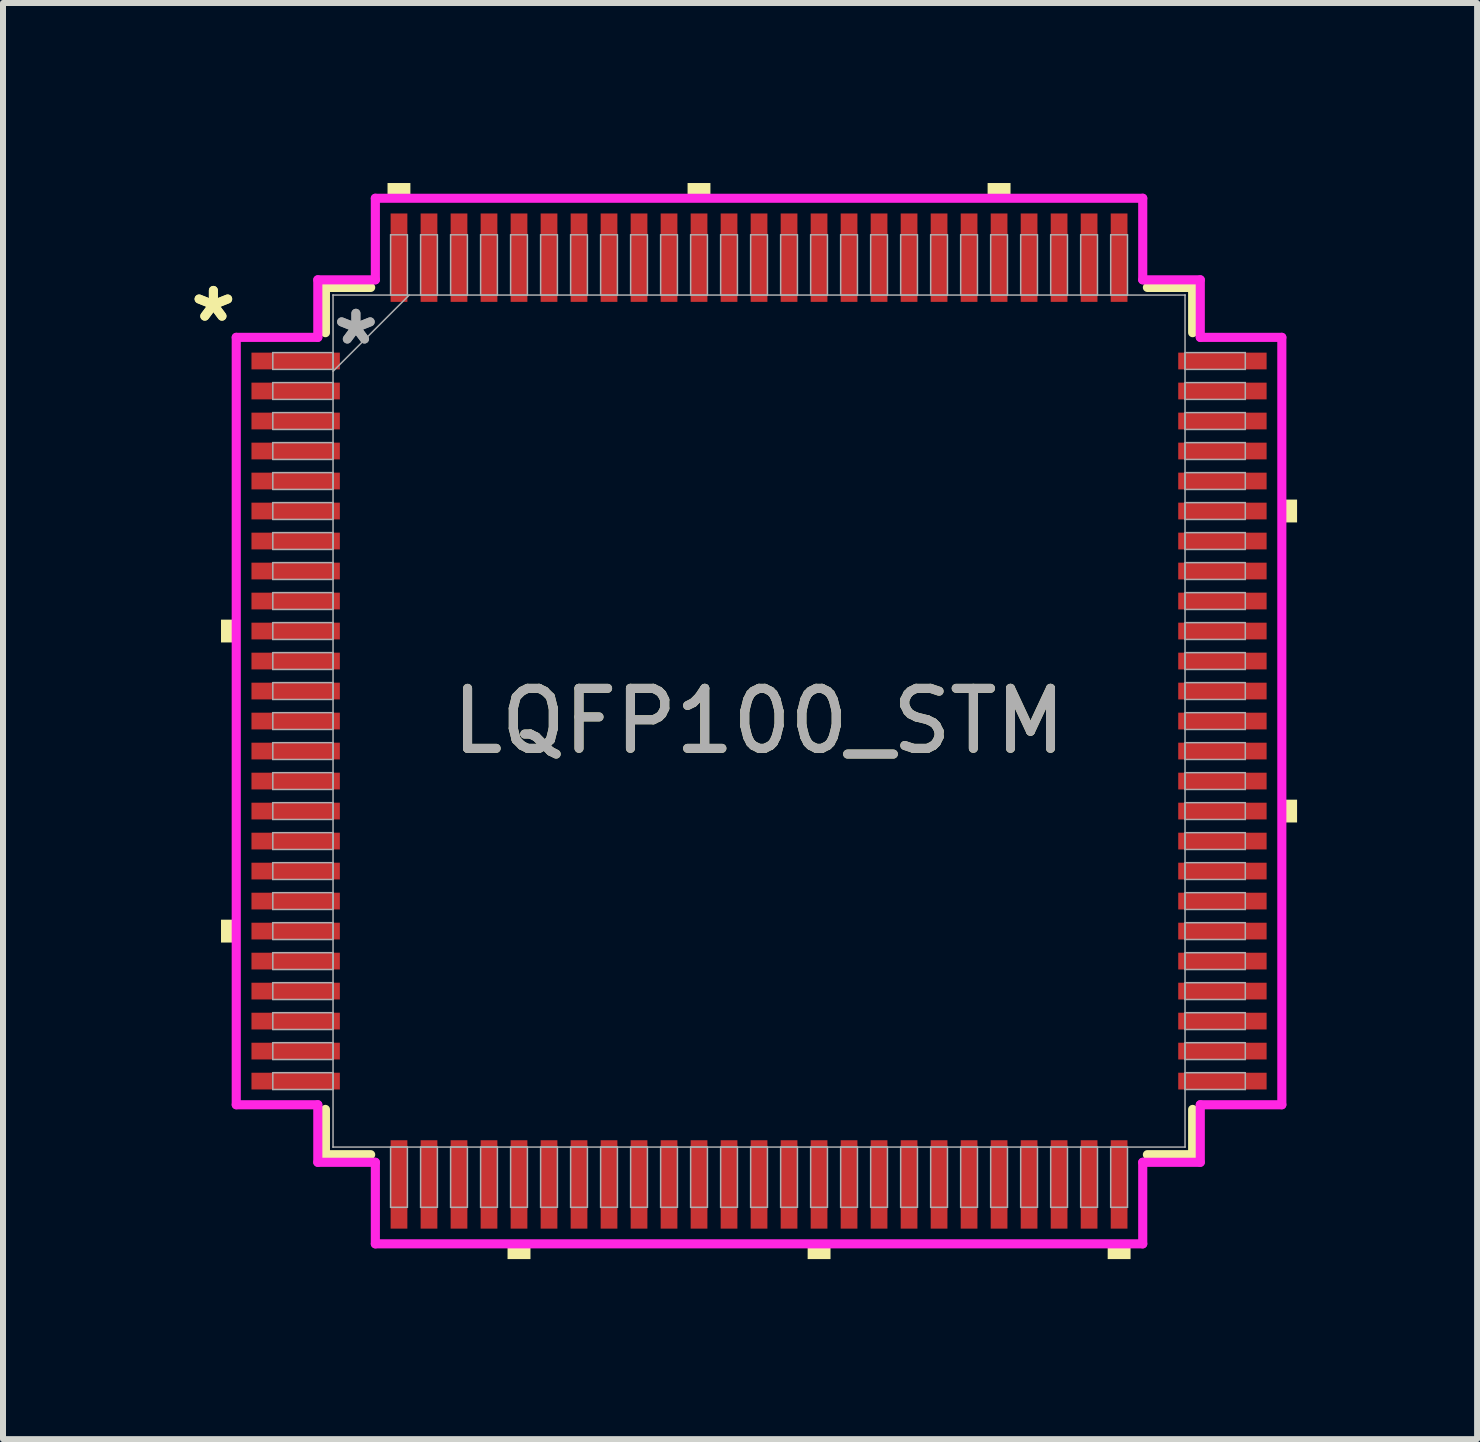
<source format=kicad_pcb>
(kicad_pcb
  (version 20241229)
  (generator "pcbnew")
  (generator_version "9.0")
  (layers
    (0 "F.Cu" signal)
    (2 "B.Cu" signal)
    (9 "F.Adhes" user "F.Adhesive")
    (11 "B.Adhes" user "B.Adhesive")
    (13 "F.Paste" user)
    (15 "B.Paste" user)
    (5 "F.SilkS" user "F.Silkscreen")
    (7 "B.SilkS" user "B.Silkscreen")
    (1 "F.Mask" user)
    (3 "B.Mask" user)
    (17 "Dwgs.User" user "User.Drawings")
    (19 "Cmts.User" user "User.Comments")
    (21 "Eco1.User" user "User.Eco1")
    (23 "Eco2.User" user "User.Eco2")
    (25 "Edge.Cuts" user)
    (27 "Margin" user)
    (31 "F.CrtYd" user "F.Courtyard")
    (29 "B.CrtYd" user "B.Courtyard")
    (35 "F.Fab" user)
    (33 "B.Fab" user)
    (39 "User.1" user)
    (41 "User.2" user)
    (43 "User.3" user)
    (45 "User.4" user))
  (footprint "LQFP100_STM"
    (layer "F.Cu")
    (at 9.599 8.966)
    (property "Reference" "LQFP100_STM" (at 0 0 0) (unlocked yes) (layer "F.SilkS") (effects (font (size 1 1) (thickness 0.15))))
    (attr smd)
    (fp_line (start -7.226 -7.226) (end -7.226 -6.472) (stroke (width 0.152) (type solid)) (layer "F.SilkS"))
    (fp_line (start -7.226 6.472) (end -7.226 7.226) (stroke (width 0.152) (type solid)) (layer "F.SilkS"))
    (fp_line (start -7.226 7.226) (end -6.472 7.226) (stroke (width 0.152) (type solid)) (layer "F.SilkS"))
    (fp_line (start -6.472 -7.226) (end -7.226 -7.226) (stroke (width 0.152) (type solid)) (layer "F.SilkS"))
    (fp_line (start 6.472 7.226) (end 7.226 7.226) (stroke (width 0.152) (type solid)) (layer "F.SilkS"))
    (fp_line (start 7.226 -7.226) (end 6.472 -7.226) (stroke (width 0.152) (type solid)) (layer "F.SilkS"))
    (fp_line (start 7.226 -6.472) (end 7.226 -7.226) (stroke (width 0.152) (type solid)) (layer "F.SilkS"))
    (fp_line (start 7.226 7.226) (end 7.226 6.472) (stroke (width 0.152) (type solid)) (layer "F.SilkS"))
    (fp_poly (pts (xy -8.966 -1.69) (xy -8.966 -1.31) (xy -8.712 -1.31) (xy -8.712 -1.69)) (stroke (width 0) (type solid)) (fill yes) (layer "F.SilkS"))
    (fp_poly (pts (xy -8.966 3.31) (xy -8.966 3.691) (xy -8.712 3.691) (xy -8.712 3.31)) (stroke (width 0) (type solid)) (fill yes) (layer "F.SilkS"))
    (fp_poly (pts (xy -6.191 -8.712) (xy -6.191 -8.966) (xy -5.81 -8.966) (xy -5.81 -8.712)) (stroke (width 0) (type solid)) (fill yes) (layer "F.SilkS"))
    (fp_poly (pts (xy -4.191 8.712) (xy -4.191 8.966) (xy -3.809 8.966) (xy -3.809 8.712)) (stroke (width 0) (type solid)) (fill yes) (layer "F.SilkS"))
    (fp_poly (pts (xy -1.191 -8.712) (xy -1.191 -8.966) (xy -0.81 -8.966) (xy -0.81 -8.712)) (stroke (width 0) (type solid)) (fill yes) (layer "F.SilkS"))
    (fp_poly (pts (xy 0.81 8.712) (xy 0.81 8.966) (xy 1.191 8.966) (xy 1.191 8.712)) (stroke (width 0) (type solid)) (fill yes) (layer "F.SilkS"))
    (fp_poly (pts (xy 3.809 -8.712) (xy 3.809 -8.966) (xy 4.191 -8.966) (xy 4.191 -8.712)) (stroke (width 0) (type solid)) (fill yes) (layer "F.SilkS"))
    (fp_poly (pts (xy 5.81 8.712) (xy 5.81 8.966) (xy 6.191 8.966) (xy 6.191 8.712)) (stroke (width 0) (type solid)) (fill yes) (layer "F.SilkS"))
    (fp_poly (pts (xy 8.966 -3.691) (xy 8.966 -3.31) (xy 8.712 -3.31) (xy 8.712 -3.691)) (stroke (width 0) (type solid)) (fill yes) (layer "F.SilkS"))
    (fp_poly (pts (xy 8.966 1.31) (xy 8.966 1.69) (xy 8.712 1.69) (xy 8.712 1.31)) (stroke (width 0) (type solid)) (fill yes) (layer "F.SilkS"))
    (fp_line (start -8.712 -6.394) (end -7.353 -6.394) (stroke (width 0.152) (type solid)) (layer "F.CrtYd"))
    (fp_line (start -8.712 6.394) (end -8.712 -6.394) (stroke (width 0.152) (type solid)) (layer "F.CrtYd"))
    (fp_line (start -7.353 -7.353) (end -6.394 -7.353) (stroke (width 0.152) (type solid)) (layer "F.CrtYd"))
    (fp_line (start -7.353 -6.394) (end -7.353 -7.353) (stroke (width 0.152) (type solid)) (layer "F.CrtYd"))
    (fp_line (start -7.353 6.394) (end -8.712 6.394) (stroke (width 0.152) (type solid)) (layer "F.CrtYd"))
    (fp_line (start -7.353 7.353) (end -7.353 6.394) (stroke (width 0.152) (type solid)) (layer "F.CrtYd"))
    (fp_line (start -7.353 7.353) (end -6.394 7.353) (stroke (width 0.152) (type solid)) (layer "F.CrtYd"))
    (fp_line (start -6.394 -8.712) (end 6.394 -8.712) (stroke (width 0.152) (type solid)) (layer "F.CrtYd"))
    (fp_line (start -6.394 -7.353) (end -6.394 -8.712) (stroke (width 0.152) (type solid)) (layer "F.CrtYd"))
    (fp_line (start -6.394 7.353) (end -6.394 8.712) (stroke (width 0.152) (type solid)) (layer "F.CrtYd"))
    (fp_line (start -6.394 8.712) (end 6.394 8.712) (stroke (width 0.152) (type solid)) (layer "F.CrtYd"))
    (fp_line (start 6.394 -8.712) (end 6.394 -7.353) (stroke (width 0.152) (type solid)) (layer "F.CrtYd"))
    (fp_line (start 6.394 -7.353) (end 7.353 -7.353) (stroke (width 0.152) (type solid)) (layer "F.CrtYd"))
    (fp_line (start 6.394 7.353) (end 7.353 7.353) (stroke (width 0.152) (type solid)) (layer "F.CrtYd"))
    (fp_line (start 6.394 8.712) (end 6.394 7.353) (stroke (width 0.152) (type solid)) (layer "F.CrtYd"))
    (fp_line (start 7.353 -6.394) (end 7.353 -7.353) (stroke (width 0.152) (type solid)) (layer "F.CrtYd"))
    (fp_line (start 7.353 6.394) (end 8.712 6.394) (stroke (width 0.152) (type solid)) (layer "F.CrtYd"))
    (fp_line (start 7.353 7.353) (end 7.353 6.394) (stroke (width 0.152) (type solid)) (layer "F.CrtYd"))
    (fp_line (start 8.712 -6.394) (end 7.353 -6.394) (stroke (width 0.152) (type solid)) (layer "F.CrtYd"))
    (fp_line (start 8.712 6.394) (end 8.712 -6.394) (stroke (width 0.152) (type solid)) (layer "F.CrtYd"))
    (fp_line (start -8.103 -6.14) (end -8.103 -5.86) (stroke (width 0.025) (type solid)) (layer "F.Fab"))
    (fp_line (start -8.103 -5.86) (end -7.099 -5.86) (stroke (width 0.025) (type solid)) (layer "F.Fab"))
    (fp_line (start -8.103 -5.64) (end -8.103 -5.36) (stroke (width 0.025) (type solid)) (layer "F.Fab"))
    (fp_line (start -8.103 -5.36) (end -7.099 -5.36) (stroke (width 0.025) (type solid)) (layer "F.Fab"))
    (fp_line (start -8.103 -5.14) (end -8.103 -4.86) (stroke (width 0.025) (type solid)) (layer "F.Fab"))
    (fp_line (start -8.103 -4.86) (end -7.099 -4.86) (stroke (width 0.025) (type solid)) (layer "F.Fab"))
    (fp_line (start -8.103 -4.64) (end -8.103 -4.36) (stroke (width 0.025) (type solid)) (layer "F.Fab"))
    (fp_line (start -8.103 -4.36) (end -7.099 -4.36) (stroke (width 0.025) (type solid)) (layer "F.Fab"))
    (fp_line (start -8.103 -4.14) (end -8.103 -3.86) (stroke (width 0.025) (type solid)) (layer "F.Fab"))
    (fp_line (start -8.103 -3.86) (end -7.099 -3.86) (stroke (width 0.025) (type solid)) (layer "F.Fab"))
    (fp_line (start -8.103 -3.64) (end -8.103 -3.36) (stroke (width 0.025) (type solid)) (layer "F.Fab"))
    (fp_line (start -8.103 -3.36) (end -7.099 -3.36) (stroke (width 0.025) (type solid)) (layer "F.Fab"))
    (fp_line (start -8.103 -3.14) (end -8.103 -2.86) (stroke (width 0.025) (type solid)) (layer "F.Fab"))
    (fp_line (start -8.103 -2.86) (end -7.099 -2.86) (stroke (width 0.025) (type solid)) (layer "F.Fab"))
    (fp_line (start -8.103 -2.64) (end -8.103 -2.36) (stroke (width 0.025) (type solid)) (layer "F.Fab"))
    (fp_line (start -8.103 -2.36) (end -7.099 -2.36) (stroke (width 0.025) (type solid)) (layer "F.Fab"))
    (fp_line (start -8.103 -2.14) (end -8.103 -1.86) (stroke (width 0.025) (type solid)) (layer "F.Fab"))
    (fp_line (start -8.103 -1.86) (end -7.099 -1.86) (stroke (width 0.025) (type solid)) (layer "F.Fab"))
    (fp_line (start -8.103 -1.64) (end -8.103 -1.36) (stroke (width 0.025) (type solid)) (layer "F.Fab"))
    (fp_line (start -8.103 -1.36) (end -7.099 -1.36) (stroke (width 0.025) (type solid)) (layer "F.Fab"))
    (fp_line (start -8.103 -1.14) (end -8.103 -0.86) (stroke (width 0.025) (type solid)) (layer "F.Fab"))
    (fp_line (start -8.103 -0.86) (end -7.099 -0.86) (stroke (width 0.025) (type solid)) (layer "F.Fab"))
    (fp_line (start -8.103 -0.64) (end -8.103 -0.36) (stroke (width 0.025) (type solid)) (layer "F.Fab"))
    (fp_line (start -8.103 -0.36) (end -7.099 -0.36) (stroke (width 0.025) (type solid)) (layer "F.Fab"))
    (fp_line (start -8.103 -0.14) (end -8.103 0.14) (stroke (width 0.025) (type solid)) (layer "F.Fab"))
    (fp_line (start -8.103 0.14) (end -7.099 0.14) (stroke (width 0.025) (type solid)) (layer "F.Fab"))
    (fp_line (start -8.103 0.36) (end -8.103 0.64) (stroke (width 0.025) (type solid)) (layer "F.Fab"))
    (fp_line (start -8.103 0.64) (end -7.099 0.64) (stroke (width 0.025) (type solid)) (layer "F.Fab"))
    (fp_line (start -8.103 0.86) (end -8.103 1.14) (stroke (width 0.025) (type solid)) (layer "F.Fab"))
    (fp_line (start -8.103 1.14) (end -7.099 1.14) (stroke (width 0.025) (type solid)) (layer "F.Fab"))
    (fp_line (start -8.103 1.36) (end -8.103 1.64) (stroke (width 0.025) (type solid)) (layer "F.Fab"))
    (fp_line (start -8.103 1.64) (end -7.099 1.64) (stroke (width 0.025) (type solid)) (layer "F.Fab"))
    (fp_line (start -8.103 1.86) (end -8.103 2.14) (stroke (width 0.025) (type solid)) (layer "F.Fab"))
    (fp_line (start -8.103 2.14) (end -7.099 2.14) (stroke (width 0.025) (type solid)) (layer "F.Fab"))
    (fp_line (start -8.103 2.36) (end -8.103 2.64) (stroke (width 0.025) (type solid)) (layer "F.Fab"))
    (fp_line (start -8.103 2.64) (end -7.099 2.64) (stroke (width 0.025) (type solid)) (layer "F.Fab"))
    (fp_line (start -8.103 2.86) (end -8.103 3.14) (stroke (width 0.025) (type solid)) (layer "F.Fab"))
    (fp_line (start -8.103 3.14) (end -7.099 3.14) (stroke (width 0.025) (type solid)) (layer "F.Fab"))
    (fp_line (start -8.103 3.36) (end -8.103 3.64) (stroke (width 0.025) (type solid)) (layer "F.Fab"))
    (fp_line (start -8.103 3.64) (end -7.099 3.64) (stroke (width 0.025) (type solid)) (layer "F.Fab"))
    (fp_line (start -8.103 3.86) (end -8.103 4.14) (stroke (width 0.025) (type solid)) (layer "F.Fab"))
    (fp_line (start -8.103 4.14) (end -7.099 4.14) (stroke (width 0.025) (type solid)) (layer "F.Fab"))
    (fp_line (start -8.103 4.36) (end -8.103 4.64) (stroke (width 0.025) (type solid)) (layer "F.Fab"))
    (fp_line (start -8.103 4.64) (end -7.099 4.64) (stroke (width 0.025) (type solid)) (layer "F.Fab"))
    (fp_line (start -8.103 4.86) (end -8.103 5.14) (stroke (width 0.025) (type solid)) (layer "F.Fab"))
    (fp_line (start -8.103 5.14) (end -7.099 5.14) (stroke (width 0.025) (type solid)) (layer "F.Fab"))
    (fp_line (start -8.103 5.36) (end -8.103 5.64) (stroke (width 0.025) (type solid)) (layer "F.Fab"))
    (fp_line (start -8.103 5.64) (end -7.099 5.64) (stroke (width 0.025) (type solid)) (layer "F.Fab"))
    (fp_line (start -8.103 5.86) (end -8.103 6.14) (stroke (width 0.025) (type solid)) (layer "F.Fab"))
    (fp_line (start -8.103 6.14) (end -7.099 6.14) (stroke (width 0.025) (type solid)) (layer "F.Fab"))
    (fp_line (start -7.099 -7.099) (end -7.099 -7.099) (stroke (width 0.025) (type solid)) (layer "F.Fab"))
    (fp_line (start -7.099 -7.099) (end -7.099 7.099) (stroke (width 0.025) (type solid)) (layer "F.Fab"))
    (fp_line (start -7.099 -6.14) (end -8.103 -6.14) (stroke (width 0.025) (type solid)) (layer "F.Fab"))
    (fp_line (start -7.099 -5.86) (end -7.099 -6.14) (stroke (width 0.025) (type solid)) (layer "F.Fab"))
    (fp_line (start -7.099 -5.829) (end -5.829 -7.099) (stroke (width 0.025) (type solid)) (layer "F.Fab"))
    (fp_line (start -7.099 -5.64) (end -8.103 -5.64) (stroke (width 0.025) (type solid)) (layer "F.Fab"))
    (fp_line (start -7.099 -5.36) (end -7.099 -5.64) (stroke (width 0.025) (type solid)) (layer "F.Fab"))
    (fp_line (start -7.099 -5.14) (end -8.103 -5.14) (stroke (width 0.025) (type solid)) (layer "F.Fab"))
    (fp_line (start -7.099 -4.86) (end -7.099 -5.14) (stroke (width 0.025) (type solid)) (layer "F.Fab"))
    (fp_line (start -7.099 -4.64) (end -8.103 -4.64) (stroke (width 0.025) (type solid)) (layer "F.Fab"))
    (fp_line (start -7.099 -4.36) (end -7.099 -4.64) (stroke (width 0.025) (type solid)) (layer "F.Fab"))
    (fp_line (start -7.099 -4.14) (end -8.103 -4.14) (stroke (width 0.025) (type solid)) (layer "F.Fab"))
    (fp_line (start -7.099 -3.86) (end -7.099 -4.14) (stroke (width 0.025) (type solid)) (layer "F.Fab"))
    (fp_line (start -7.099 -3.64) (end -8.103 -3.64) (stroke (width 0.025) (type solid)) (layer "F.Fab"))
    (fp_line (start -7.099 -3.36) (end -7.099 -3.64) (stroke (width 0.025) (type solid)) (layer "F.Fab"))
    (fp_line (start -7.099 -3.14) (end -8.103 -3.14) (stroke (width 0.025) (type solid)) (layer "F.Fab"))
    (fp_line (start -7.099 -2.86) (end -7.099 -3.14) (stroke (width 0.025) (type solid)) (layer "F.Fab"))
    (fp_line (start -7.099 -2.64) (end -8.103 -2.64) (stroke (width 0.025) (type solid)) (layer "F.Fab"))
    (fp_line (start -7.099 -2.36) (end -7.099 -2.64) (stroke (width 0.025) (type solid)) (layer "F.Fab"))
    (fp_line (start -7.099 -2.14) (end -8.103 -2.14) (stroke (width 0.025) (type solid)) (layer "F.Fab"))
    (fp_line (start -7.099 -1.86) (end -7.099 -2.14) (stroke (width 0.025) (type solid)) (layer "F.Fab"))
    (fp_line (start -7.099 -1.64) (end -8.103 -1.64) (stroke (width 0.025) (type solid)) (layer "F.Fab"))
    (fp_line (start -7.099 -1.36) (end -7.099 -1.64) (stroke (width 0.025) (type solid)) (layer "F.Fab"))
    (fp_line (start -7.099 -1.14) (end -8.103 -1.14) (stroke (width 0.025) (type solid)) (layer "F.Fab"))
    (fp_line (start -7.099 -0.86) (end -7.099 -1.14) (stroke (width 0.025) (type solid)) (layer "F.Fab"))
    (fp_line (start -7.099 -0.64) (end -8.103 -0.64) (stroke (width 0.025) (type solid)) (layer "F.Fab"))
    (fp_line (start -7.099 -0.36) (end -7.099 -0.64) (stroke (width 0.025) (type solid)) (layer "F.Fab"))
    (fp_line (start -7.099 -0.14) (end -8.103 -0.14) (stroke (width 0.025) (type solid)) (layer "F.Fab"))
    (fp_line (start -7.099 0.14) (end -7.099 -0.14) (stroke (width 0.025) (type solid)) (layer "F.Fab"))
    (fp_line (start -7.099 0.36) (end -8.103 0.36) (stroke (width 0.025) (type solid)) (layer "F.Fab"))
    (fp_line (start -7.099 0.64) (end -7.099 0.36) (stroke (width 0.025) (type solid)) (layer "F.Fab"))
    (fp_line (start -7.099 0.86) (end -8.103 0.86) (stroke (width 0.025) (type solid)) (layer "F.Fab"))
    (fp_line (start -7.099 1.14) (end -7.099 0.86) (stroke (width 0.025) (type solid)) (layer "F.Fab"))
    (fp_line (start -7.099 1.36) (end -8.103 1.36) (stroke (width 0.025) (type solid)) (layer "F.Fab"))
    (fp_line (start -7.099 1.64) (end -7.099 1.36) (stroke (width 0.025) (type solid)) (layer "F.Fab"))
    (fp_line (start -7.099 1.86) (end -8.103 1.86) (stroke (width 0.025) (type solid)) (layer "F.Fab"))
    (fp_line (start -7.099 2.14) (end -7.099 1.86) (stroke (width 0.025) (type solid)) (layer "F.Fab"))
    (fp_line (start -7.099 2.36) (end -8.103 2.36) (stroke (width 0.025) (type solid)) (layer "F.Fab"))
    (fp_line (start -7.099 2.64) (end -7.099 2.36) (stroke (width 0.025) (type solid)) (layer "F.Fab"))
    (fp_line (start -7.099 2.86) (end -8.103 2.86) (stroke (width 0.025) (type solid)) (layer "F.Fab"))
    (fp_line (start -7.099 3.14) (end -7.099 2.86) (stroke (width 0.025) (type solid)) (layer "F.Fab"))
    (fp_line (start -7.099 3.36) (end -8.103 3.36) (stroke (width 0.025) (type solid)) (layer "F.Fab"))
    (fp_line (start -7.099 3.64) (end -7.099 3.36) (stroke (width 0.025) (type solid)) (layer "F.Fab"))
    (fp_line (start -7.099 3.86) (end -8.103 3.86) (stroke (width 0.025) (type solid)) (layer "F.Fab"))
    (fp_line (start -7.099 4.14) (end -7.099 3.86) (stroke (width 0.025) (type solid)) (layer "F.Fab"))
    (fp_line (start -7.099 4.36) (end -8.103 4.36) (stroke (width 0.025) (type solid)) (layer "F.Fab"))
    (fp_line (start -7.099 4.64) (end -7.099 4.36) (stroke (width 0.025) (type solid)) (layer "F.Fab"))
    (fp_line (start -7.099 4.86) (end -8.103 4.86) (stroke (width 0.025) (type solid)) (layer "F.Fab"))
    (fp_line (start -7.099 5.14) (end -7.099 4.86) (stroke (width 0.025) (type solid)) (layer "F.Fab"))
    (fp_line (start -7.099 5.36) (end -8.103 5.36) (stroke (width 0.025) (type solid)) (layer "F.Fab"))
    (fp_line (start -7.099 5.64) (end -7.099 5.36) (stroke (width 0.025) (type solid)) (layer "F.Fab"))
    (fp_line (start -7.099 5.86) (end -8.103 5.86) (stroke (width 0.025) (type solid)) (layer "F.Fab"))
    (fp_line (start -7.099 6.14) (end -7.099 5.86) (stroke (width 0.025) (type solid)) (layer "F.Fab"))
    (fp_line (start -7.099 7.099) (end -7.099 7.099) (stroke (width 0.025) (type solid)) (layer "F.Fab"))
    (fp_line (start -7.099 7.099) (end 7.099 7.099) (stroke (width 0.025) (type solid)) (layer "F.Fab"))
    (fp_line (start -6.14 -8.103) (end -6.14 -7.099) (stroke (width 0.025) (type solid)) (layer "F.Fab"))
    (fp_line (start -6.14 -7.099) (end -5.86 -7.099) (stroke (width 0.025) (type solid)) (layer "F.Fab"))
    (fp_line (start -6.14 7.099) (end -6.14 8.103) (stroke (width 0.025) (type solid)) (layer "F.Fab"))
    (fp_line (start -6.14 8.103) (end -5.86 8.103) (stroke (width 0.025) (type solid)) (layer "F.Fab"))
    (fp_line (start -5.86 -8.103) (end -6.14 -8.103) (stroke (width 0.025) (type solid)) (layer "F.Fab"))
    (fp_line (start -5.86 -7.099) (end -5.86 -8.103) (stroke (width 0.025) (type solid)) (layer "F.Fab"))
    (fp_line (start -5.86 7.099) (end -6.14 7.099) (stroke (width 0.025) (type solid)) (layer "F.Fab"))
    (fp_line (start -5.86 8.103) (end -5.86 7.099) (stroke (width 0.025) (type solid)) (layer "F.Fab"))
    (fp_line (start -5.64 -8.103) (end -5.64 -7.099) (stroke (width 0.025) (type solid)) (layer "F.Fab"))
    (fp_line (start -5.64 -7.099) (end -5.36 -7.099) (stroke (width 0.025) (type solid)) (layer "F.Fab"))
    (fp_line (start -5.64 7.099) (end -5.64 8.103) (stroke (width 0.025) (type solid)) (layer "F.Fab"))
    (fp_line (start -5.64 8.103) (end -5.36 8.103) (stroke (width 0.025) (type solid)) (layer "F.Fab"))
    (fp_line (start -5.36 -8.103) (end -5.64 -8.103) (stroke (width 0.025) (type solid)) (layer "F.Fab"))
    (fp_line (start -5.36 -7.099) (end -5.36 -8.103) (stroke (width 0.025) (type solid)) (layer "F.Fab"))
    (fp_line (start -5.36 7.099) (end -5.64 7.099) (stroke (width 0.025) (type solid)) (layer "F.Fab"))
    (fp_line (start -5.36 8.103) (end -5.36 7.099) (stroke (width 0.025) (type solid)) (layer "F.Fab"))
    (fp_line (start -5.14 -8.103) (end -5.14 -7.099) (stroke (width 0.025) (type solid)) (layer "F.Fab"))
    (fp_line (start -5.14 -7.099) (end -4.86 -7.099) (stroke (width 0.025) (type solid)) (layer "F.Fab"))
    (fp_line (start -5.14 7.099) (end -5.14 8.103) (stroke (width 0.025) (type solid)) (layer "F.Fab"))
    (fp_line (start -5.14 8.103) (end -4.86 8.103) (stroke (width 0.025) (type solid)) (layer "F.Fab"))
    (fp_line (start -4.86 -8.103) (end -5.14 -8.103) (stroke (width 0.025) (type solid)) (layer "F.Fab"))
    (fp_line (start -4.86 -7.099) (end -4.86 -8.103) (stroke (width 0.025) (type solid)) (layer "F.Fab"))
    (fp_line (start -4.86 7.099) (end -5.14 7.099) (stroke (width 0.025) (type solid)) (layer "F.Fab"))
    (fp_line (start -4.86 8.103) (end -4.86 7.099) (stroke (width 0.025) (type solid)) (layer "F.Fab"))
    (fp_line (start -4.64 -8.103) (end -4.64 -7.099) (stroke (width 0.025) (type solid)) (layer "F.Fab"))
    (fp_line (start -4.64 -7.099) (end -4.36 -7.099) (stroke (width 0.025) (type solid)) (layer "F.Fab"))
    (fp_line (start -4.64 7.099) (end -4.64 8.103) (stroke (width 0.025) (type solid)) (layer "F.Fab"))
    (fp_line (start -4.64 8.103) (end -4.36 8.103) (stroke (width 0.025) (type solid)) (layer "F.Fab"))
    (fp_line (start -4.36 -8.103) (end -4.64 -8.103) (stroke (width 0.025) (type solid)) (layer "F.Fab"))
    (fp_line (start -4.36 -7.099) (end -4.36 -8.103) (stroke (width 0.025) (type solid)) (layer "F.Fab"))
    (fp_line (start -4.36 7.099) (end -4.64 7.099) (stroke (width 0.025) (type solid)) (layer "F.Fab"))
    (fp_line (start -4.36 8.103) (end -4.36 7.099) (stroke (width 0.025) (type solid)) (layer "F.Fab"))
    (fp_line (start -4.14 -8.103) (end -4.14 -7.099) (stroke (width 0.025) (type solid)) (layer "F.Fab"))
    (fp_line (start -4.14 -7.099) (end -3.86 -7.099) (stroke (width 0.025) (type solid)) (layer "F.Fab"))
    (fp_line (start -4.14 7.099) (end -4.14 8.103) (stroke (width 0.025) (type solid)) (layer "F.Fab"))
    (fp_line (start -4.14 8.103) (end -3.86 8.103) (stroke (width 0.025) (type solid)) (layer "F.Fab"))
    (fp_line (start -3.86 -8.103) (end -4.14 -8.103) (stroke (width 0.025) (type solid)) (layer "F.Fab"))
    (fp_line (start -3.86 -7.099) (end -3.86 -8.103) (stroke (width 0.025) (type solid)) (layer "F.Fab"))
    (fp_line (start -3.86 7.099) (end -4.14 7.099) (stroke (width 0.025) (type solid)) (layer "F.Fab"))
    (fp_line (start -3.86 8.103) (end -3.86 7.099) (stroke (width 0.025) (type solid)) (layer "F.Fab"))
    (fp_line (start -3.64 -8.103) (end -3.64 -7.099) (stroke (width 0.025) (type solid)) (layer "F.Fab"))
    (fp_line (start -3.64 -7.099) (end -3.36 -7.099) (stroke (width 0.025) (type solid)) (layer "F.Fab"))
    (fp_line (start -3.64 7.099) (end -3.64 8.103) (stroke (width 0.025) (type solid)) (layer "F.Fab"))
    (fp_line (start -3.64 8.103) (end -3.36 8.103) (stroke (width 0.025) (type solid)) (layer "F.Fab"))
    (fp_line (start -3.36 -8.103) (end -3.64 -8.103) (stroke (width 0.025) (type solid)) (layer "F.Fab"))
    (fp_line (start -3.36 -7.099) (end -3.36 -8.103) (stroke (width 0.025) (type solid)) (layer "F.Fab"))
    (fp_line (start -3.36 7.099) (end -3.64 7.099) (stroke (width 0.025) (type solid)) (layer "F.Fab"))
    (fp_line (start -3.36 8.103) (end -3.36 7.099) (stroke (width 0.025) (type solid)) (layer "F.Fab"))
    (fp_line (start -3.14 -8.103) (end -3.14 -7.099) (stroke (width 0.025) (type solid)) (layer "F.Fab"))
    (fp_line (start -3.14 -7.099) (end -2.86 -7.099) (stroke (width 0.025) (type solid)) (layer "F.Fab"))
    (fp_line (start -3.14 7.099) (end -3.14 8.103) (stroke (width 0.025) (type solid)) (layer "F.Fab"))
    (fp_line (start -3.14 8.103) (end -2.86 8.103) (stroke (width 0.025) (type solid)) (layer "F.Fab"))
    (fp_line (start -2.86 -8.103) (end -3.14 -8.103) (stroke (width 0.025) (type solid)) (layer "F.Fab"))
    (fp_line (start -2.86 -7.099) (end -2.86 -8.103) (stroke (width 0.025) (type solid)) (layer "F.Fab"))
    (fp_line (start -2.86 7.099) (end -3.14 7.099) (stroke (width 0.025) (type solid)) (layer "F.Fab"))
    (fp_line (start -2.86 8.103) (end -2.86 7.099) (stroke (width 0.025) (type solid)) (layer "F.Fab"))
    (fp_line (start -2.64 -8.103) (end -2.64 -7.099) (stroke (width 0.025) (type solid)) (layer "F.Fab"))
    (fp_line (start -2.64 -7.099) (end -2.36 -7.099) (stroke (width 0.025) (type solid)) (layer "F.Fab"))
    (fp_line (start -2.64 7.099) (end -2.64 8.103) (stroke (width 0.025) (type solid)) (layer "F.Fab"))
    (fp_line (start -2.64 8.103) (end -2.36 8.103) (stroke (width 0.025) (type solid)) (layer "F.Fab"))
    (fp_line (start -2.36 -8.103) (end -2.64 -8.103) (stroke (width 0.025) (type solid)) (layer "F.Fab"))
    (fp_line (start -2.36 -7.099) (end -2.36 -8.103) (stroke (width 0.025) (type solid)) (layer "F.Fab"))
    (fp_line (start -2.36 7.099) (end -2.64 7.099) (stroke (width 0.025) (type solid)) (layer "F.Fab"))
    (fp_line (start -2.36 8.103) (end -2.36 7.099) (stroke (width 0.025) (type solid)) (layer "F.Fab"))
    (fp_line (start -2.14 -8.103) (end -2.14 -7.099) (stroke (width 0.025) (type solid)) (layer "F.Fab"))
    (fp_line (start -2.14 -7.099) (end -1.86 -7.099) (stroke (width 0.025) (type solid)) (layer "F.Fab"))
    (fp_line (start -2.14 7.099) (end -2.14 8.103) (stroke (width 0.025) (type solid)) (layer "F.Fab"))
    (fp_line (start -2.14 8.103) (end -1.86 8.103) (stroke (width 0.025) (type solid)) (layer "F.Fab"))
    (fp_line (start -1.86 -8.103) (end -2.14 -8.103) (stroke (width 0.025) (type solid)) (layer "F.Fab"))
    (fp_line (start -1.86 -7.099) (end -1.86 -8.103) (stroke (width 0.025) (type solid)) (layer "F.Fab"))
    (fp_line (start -1.86 7.099) (end -2.14 7.099) (stroke (width 0.025) (type solid)) (layer "F.Fab"))
    (fp_line (start -1.86 8.103) (end -1.86 7.099) (stroke (width 0.025) (type solid)) (layer "F.Fab"))
    (fp_line (start -1.64 -8.103) (end -1.64 -7.099) (stroke (width 0.025) (type solid)) (layer "F.Fab"))
    (fp_line (start -1.64 -7.099) (end -1.36 -7.099) (stroke (width 0.025) (type solid)) (layer "F.Fab"))
    (fp_line (start -1.64 7.099) (end -1.64 8.103) (stroke (width 0.025) (type solid)) (layer "F.Fab"))
    (fp_line (start -1.64 8.103) (end -1.36 8.103) (stroke (width 0.025) (type solid)) (layer "F.Fab"))
    (fp_line (start -1.36 -8.103) (end -1.64 -8.103) (stroke (width 0.025) (type solid)) (layer "F.Fab"))
    (fp_line (start -1.36 -7.099) (end -1.36 -8.103) (stroke (width 0.025) (type solid)) (layer "F.Fab"))
    (fp_line (start -1.36 7.099) (end -1.64 7.099) (stroke (width 0.025) (type solid)) (layer "F.Fab"))
    (fp_line (start -1.36 8.103) (end -1.36 7.099) (stroke (width 0.025) (type solid)) (layer "F.Fab"))
    (fp_line (start -1.14 -8.103) (end -1.14 -7.099) (stroke (width 0.025) (type solid)) (layer "F.Fab"))
    (fp_line (start -1.14 -7.099) (end -0.86 -7.099) (stroke (width 0.025) (type solid)) (layer "F.Fab"))
    (fp_line (start -1.14 7.099) (end -1.14 8.103) (stroke (width 0.025) (type solid)) (layer "F.Fab"))
    (fp_line (start -1.14 8.103) (end -0.86 8.103) (stroke (width 0.025) (type solid)) (layer "F.Fab"))
    (fp_line (start -0.86 -8.103) (end -1.14 -8.103) (stroke (width 0.025) (type solid)) (layer "F.Fab"))
    (fp_line (start -0.86 -7.099) (end -0.86 -8.103) (stroke (width 0.025) (type solid)) (layer "F.Fab"))
    (fp_line (start -0.86 7.099) (end -1.14 7.099) (stroke (width 0.025) (type solid)) (layer "F.Fab"))
    (fp_line (start -0.86 8.103) (end -0.86 7.099) (stroke (width 0.025) (type solid)) (layer "F.Fab"))
    (fp_line (start -0.64 -8.103) (end -0.64 -7.099) (stroke (width 0.025) (type solid)) (layer "F.Fab"))
    (fp_line (start -0.64 -7.099) (end -0.36 -7.099) (stroke (width 0.025) (type solid)) (layer "F.Fab"))
    (fp_line (start -0.64 7.099) (end -0.64 8.103) (stroke (width 0.025) (type solid)) (layer "F.Fab"))
    (fp_line (start -0.64 8.103) (end -0.36 8.103) (stroke (width 0.025) (type solid)) (layer "F.Fab"))
    (fp_line (start -0.36 -8.103) (end -0.64 -8.103) (stroke (width 0.025) (type solid)) (layer "F.Fab"))
    (fp_line (start -0.36 -7.099) (end -0.36 -8.103) (stroke (width 0.025) (type solid)) (layer "F.Fab"))
    (fp_line (start -0.36 7.099) (end -0.64 7.099) (stroke (width 0.025) (type solid)) (layer "F.Fab"))
    (fp_line (start -0.36 8.103) (end -0.36 7.099) (stroke (width 0.025) (type solid)) (layer "F.Fab"))
    (fp_line (start -0.14 -8.103) (end -0.14 -7.099) (stroke (width 0.025) (type solid)) (layer "F.Fab"))
    (fp_line (start -0.14 -7.099) (end 0.14 -7.099) (stroke (width 0.025) (type solid)) (layer "F.Fab"))
    (fp_line (start -0.14 7.099) (end -0.14 8.103) (stroke (width 0.025) (type solid)) (layer "F.Fab"))
    (fp_line (start -0.14 8.103) (end 0.14 8.103) (stroke (width 0.025) (type solid)) (layer "F.Fab"))
    (fp_line (start 0.14 -8.103) (end -0.14 -8.103) (stroke (width 0.025) (type solid)) (layer "F.Fab"))
    (fp_line (start 0.14 -7.099) (end 0.14 -8.103) (stroke (width 0.025) (type solid)) (layer "F.Fab"))
    (fp_line (start 0.14 7.099) (end -0.14 7.099) (stroke (width 0.025) (type solid)) (layer "F.Fab"))
    (fp_line (start 0.14 8.103) (end 0.14 7.099) (stroke (width 0.025) (type solid)) (layer "F.Fab"))
    (fp_line (start 0.36 -8.103) (end 0.36 -7.099) (stroke (width 0.025) (type solid)) (layer "F.Fab"))
    (fp_line (start 0.36 -7.099) (end 0.64 -7.099) (stroke (width 0.025) (type solid)) (layer "F.Fab"))
    (fp_line (start 0.36 7.099) (end 0.36 8.103) (stroke (width 0.025) (type solid)) (layer "F.Fab"))
    (fp_line (start 0.36 8.103) (end 0.64 8.103) (stroke (width 0.025) (type solid)) (layer "F.Fab"))
    (fp_line (start 0.64 -8.103) (end 0.36 -8.103) (stroke (width 0.025) (type solid)) (layer "F.Fab"))
    (fp_line (start 0.64 -7.099) (end 0.64 -8.103) (stroke (width 0.025) (type solid)) (layer "F.Fab"))
    (fp_line (start 0.64 7.099) (end 0.36 7.099) (stroke (width 0.025) (type solid)) (layer "F.Fab"))
    (fp_line (start 0.64 8.103) (end 0.64 7.099) (stroke (width 0.025) (type solid)) (layer "F.Fab"))
    (fp_line (start 0.86 -8.103) (end 0.86 -7.099) (stroke (width 0.025) (type solid)) (layer "F.Fab"))
    (fp_line (start 0.86 -7.099) (end 1.14 -7.099) (stroke (width 0.025) (type solid)) (layer "F.Fab"))
    (fp_line (start 0.86 7.099) (end 0.86 8.103) (stroke (width 0.025) (type solid)) (layer "F.Fab"))
    (fp_line (start 0.86 8.103) (end 1.14 8.103) (stroke (width 0.025) (type solid)) (layer "F.Fab"))
    (fp_line (start 1.14 -8.103) (end 0.86 -8.103) (stroke (width 0.025) (type solid)) (layer "F.Fab"))
    (fp_line (start 1.14 -7.099) (end 1.14 -8.103) (stroke (width 0.025) (type solid)) (layer "F.Fab"))
    (fp_line (start 1.14 7.099) (end 0.86 7.099) (stroke (width 0.025) (type solid)) (layer "F.Fab"))
    (fp_line (start 1.14 8.103) (end 1.14 7.099) (stroke (width 0.025) (type solid)) (layer "F.Fab"))
    (fp_line (start 1.36 -8.103) (end 1.36 -7.099) (stroke (width 0.025) (type solid)) (layer "F.Fab"))
    (fp_line (start 1.36 -7.099) (end 1.64 -7.099) (stroke (width 0.025) (type solid)) (layer "F.Fab"))
    (fp_line (start 1.36 7.099) (end 1.36 8.103) (stroke (width 0.025) (type solid)) (layer "F.Fab"))
    (fp_line (start 1.36 8.103) (end 1.64 8.103) (stroke (width 0.025) (type solid)) (layer "F.Fab"))
    (fp_line (start 1.64 -8.103) (end 1.36 -8.103) (stroke (width 0.025) (type solid)) (layer "F.Fab"))
    (fp_line (start 1.64 -7.099) (end 1.64 -8.103) (stroke (width 0.025) (type solid)) (layer "F.Fab"))
    (fp_line (start 1.64 7.099) (end 1.36 7.099) (stroke (width 0.025) (type solid)) (layer "F.Fab"))
    (fp_line (start 1.64 8.103) (end 1.64 7.099) (stroke (width 0.025) (type solid)) (layer "F.Fab"))
    (fp_line (start 1.86 -8.103) (end 1.86 -7.099) (stroke (width 0.025) (type solid)) (layer "F.Fab"))
    (fp_line (start 1.86 -7.099) (end 2.14 -7.099) (stroke (width 0.025) (type solid)) (layer "F.Fab"))
    (fp_line (start 1.86 7.099) (end 1.86 8.103) (stroke (width 0.025) (type solid)) (layer "F.Fab"))
    (fp_line (start 1.86 8.103) (end 2.14 8.103) (stroke (width 0.025) (type solid)) (layer "F.Fab"))
    (fp_line (start 2.14 -8.103) (end 1.86 -8.103) (stroke (width 0.025) (type solid)) (layer "F.Fab"))
    (fp_line (start 2.14 -7.099) (end 2.14 -8.103) (stroke (width 0.025) (type solid)) (layer "F.Fab"))
    (fp_line (start 2.14 7.099) (end 1.86 7.099) (stroke (width 0.025) (type solid)) (layer "F.Fab"))
    (fp_line (start 2.14 8.103) (end 2.14 7.099) (stroke (width 0.025) (type solid)) (layer "F.Fab"))
    (fp_line (start 2.36 -8.103) (end 2.36 -7.099) (stroke (width 0.025) (type solid)) (layer "F.Fab"))
    (fp_line (start 2.36 -7.099) (end 2.64 -7.099) (stroke (width 0.025) (type solid)) (layer "F.Fab"))
    (fp_line (start 2.36 7.099) (end 2.36 8.103) (stroke (width 0.025) (type solid)) (layer "F.Fab"))
    (fp_line (start 2.36 8.103) (end 2.64 8.103) (stroke (width 0.025) (type solid)) (layer "F.Fab"))
    (fp_line (start 2.64 -8.103) (end 2.36 -8.103) (stroke (width 0.025) (type solid)) (layer "F.Fab"))
    (fp_line (start 2.64 -7.099) (end 2.64 -8.103) (stroke (width 0.025) (type solid)) (layer "F.Fab"))
    (fp_line (start 2.64 7.099) (end 2.36 7.099) (stroke (width 0.025) (type solid)) (layer "F.Fab"))
    (fp_line (start 2.64 8.103) (end 2.64 7.099) (stroke (width 0.025) (type solid)) (layer "F.Fab"))
    (fp_line (start 2.86 -8.103) (end 2.86 -7.099) (stroke (width 0.025) (type solid)) (layer "F.Fab"))
    (fp_line (start 2.86 -7.099) (end 3.14 -7.099) (stroke (width 0.025) (type solid)) (layer "F.Fab"))
    (fp_line (start 2.86 7.099) (end 2.86 8.103) (stroke (width 0.025) (type solid)) (layer "F.Fab"))
    (fp_line (start 2.86 8.103) (end 3.14 8.103) (stroke (width 0.025) (type solid)) (layer "F.Fab"))
    (fp_line (start 3.14 -8.103) (end 2.86 -8.103) (stroke (width 0.025) (type solid)) (layer "F.Fab"))
    (fp_line (start 3.14 -7.099) (end 3.14 -8.103) (stroke (width 0.025) (type solid)) (layer "F.Fab"))
    (fp_line (start 3.14 7.099) (end 2.86 7.099) (stroke (width 0.025) (type solid)) (layer "F.Fab"))
    (fp_line (start 3.14 8.103) (end 3.14 7.099) (stroke (width 0.025) (type solid)) (layer "F.Fab"))
    (fp_line (start 3.36 -8.103) (end 3.36 -7.099) (stroke (width 0.025) (type solid)) (layer "F.Fab"))
    (fp_line (start 3.36 -7.099) (end 3.64 -7.099) (stroke (width 0.025) (type solid)) (layer "F.Fab"))
    (fp_line (start 3.36 7.099) (end 3.36 8.103) (stroke (width 0.025) (type solid)) (layer "F.Fab"))
    (fp_line (start 3.36 8.103) (end 3.64 8.103) (stroke (width 0.025) (type solid)) (layer "F.Fab"))
    (fp_line (start 3.64 -8.103) (end 3.36 -8.103) (stroke (width 0.025) (type solid)) (layer "F.Fab"))
    (fp_line (start 3.64 -7.099) (end 3.64 -8.103) (stroke (width 0.025) (type solid)) (layer "F.Fab"))
    (fp_line (start 3.64 7.099) (end 3.36 7.099) (stroke (width 0.025) (type solid)) (layer "F.Fab"))
    (fp_line (start 3.64 8.103) (end 3.64 7.099) (stroke (width 0.025) (type solid)) (layer "F.Fab"))
    (fp_line (start 3.86 -8.103) (end 3.86 -7.099) (stroke (width 0.025) (type solid)) (layer "F.Fab"))
    (fp_line (start 3.86 -7.099) (end 4.14 -7.099) (stroke (width 0.025) (type solid)) (layer "F.Fab"))
    (fp_line (start 3.86 7.099) (end 3.86 8.103) (stroke (width 0.025) (type solid)) (layer "F.Fab"))
    (fp_line (start 3.86 8.103) (end 4.14 8.103) (stroke (width 0.025) (type solid)) (layer "F.Fab"))
    (fp_line (start 4.14 -8.103) (end 3.86 -8.103) (stroke (width 0.025) (type solid)) (layer "F.Fab"))
    (fp_line (start 4.14 -7.099) (end 4.14 -8.103) (stroke (width 0.025) (type solid)) (layer "F.Fab"))
    (fp_line (start 4.14 7.099) (end 3.86 7.099) (stroke (width 0.025) (type solid)) (layer "F.Fab"))
    (fp_line (start 4.14 8.103) (end 4.14 7.099) (stroke (width 0.025) (type solid)) (layer "F.Fab"))
    (fp_line (start 4.36 -8.103) (end 4.36 -7.099) (stroke (width 0.025) (type solid)) (layer "F.Fab"))
    (fp_line (start 4.36 -7.099) (end 4.64 -7.099) (stroke (width 0.025) (type solid)) (layer "F.Fab"))
    (fp_line (start 4.36 7.099) (end 4.36 8.103) (stroke (width 0.025) (type solid)) (layer "F.Fab"))
    (fp_line (start 4.36 8.103) (end 4.64 8.103) (stroke (width 0.025) (type solid)) (layer "F.Fab"))
    (fp_line (start 4.64 -8.103) (end 4.36 -8.103) (stroke (width 0.025) (type solid)) (layer "F.Fab"))
    (fp_line (start 4.64 -7.099) (end 4.64 -8.103) (stroke (width 0.025) (type solid)) (layer "F.Fab"))
    (fp_line (start 4.64 7.099) (end 4.36 7.099) (stroke (width 0.025) (type solid)) (layer "F.Fab"))
    (fp_line (start 4.64 8.103) (end 4.64 7.099) (stroke (width 0.025) (type solid)) (layer "F.Fab"))
    (fp_line (start 4.86 -8.103) (end 4.86 -7.099) (stroke (width 0.025) (type solid)) (layer "F.Fab"))
    (fp_line (start 4.86 -7.099) (end 5.14 -7.099) (stroke (width 0.025) (type solid)) (layer "F.Fab"))
    (fp_line (start 4.86 7.099) (end 4.86 8.103) (stroke (width 0.025) (type solid)) (layer "F.Fab"))
    (fp_line (start 4.86 8.103) (end 5.14 8.103) (stroke (width 0.025) (type solid)) (layer "F.Fab"))
    (fp_line (start 5.14 -8.103) (end 4.86 -8.103) (stroke (width 0.025) (type solid)) (layer "F.Fab"))
    (fp_line (start 5.14 -7.099) (end 5.14 -8.103) (stroke (width 0.025) (type solid)) (layer "F.Fab"))
    (fp_line (start 5.14 7.099) (end 4.86 7.099) (stroke (width 0.025) (type solid)) (layer "F.Fab"))
    (fp_line (start 5.14 8.103) (end 5.14 7.099) (stroke (width 0.025) (type solid)) (layer "F.Fab"))
    (fp_line (start 5.36 -8.103) (end 5.36 -7.099) (stroke (width 0.025) (type solid)) (layer "F.Fab"))
    (fp_line (start 5.36 -7.099) (end 5.64 -7.099) (stroke (width 0.025) (type solid)) (layer "F.Fab"))
    (fp_line (start 5.36 7.099) (end 5.36 8.103) (stroke (width 0.025) (type solid)) (layer "F.Fab"))
    (fp_line (start 5.36 8.103) (end 5.64 8.103) (stroke (width 0.025) (type solid)) (layer "F.Fab"))
    (fp_line (start 5.64 -8.103) (end 5.36 -8.103) (stroke (width 0.025) (type solid)) (layer "F.Fab"))
    (fp_line (start 5.64 -7.099) (end 5.64 -8.103) (stroke (width 0.025) (type solid)) (layer "F.Fab"))
    (fp_line (start 5.64 7.099) (end 5.36 7.099) (stroke (width 0.025) (type solid)) (layer "F.Fab"))
    (fp_line (start 5.64 8.103) (end 5.64 7.099) (stroke (width 0.025) (type solid)) (layer "F.Fab"))
    (fp_line (start 5.86 -8.103) (end 5.86 -7.099) (stroke (width 0.025) (type solid)) (layer "F.Fab"))
    (fp_line (start 5.86 -7.099) (end 6.14 -7.099) (stroke (width 0.025) (type solid)) (layer "F.Fab"))
    (fp_line (start 5.86 7.099) (end 5.86 8.103) (stroke (width 0.025) (type solid)) (layer "F.Fab"))
    (fp_line (start 5.86 8.103) (end 6.14 8.103) (stroke (width 0.025) (type solid)) (layer "F.Fab"))
    (fp_line (start 6.14 -8.103) (end 5.86 -8.103) (stroke (width 0.025) (type solid)) (layer "F.Fab"))
    (fp_line (start 6.14 -7.099) (end 6.14 -8.103) (stroke (width 0.025) (type solid)) (layer "F.Fab"))
    (fp_line (start 6.14 7.099) (end 5.86 7.099) (stroke (width 0.025) (type solid)) (layer "F.Fab"))
    (fp_line (start 6.14 8.103) (end 6.14 7.099) (stroke (width 0.025) (type solid)) (layer "F.Fab"))
    (fp_line (start 7.099 -7.099) (end -7.099 -7.099) (stroke (width 0.025) (type solid)) (layer "F.Fab"))
    (fp_line (start 7.099 -7.099) (end 7.099 -7.099) (stroke (width 0.025) (type solid)) (layer "F.Fab"))
    (fp_line (start 7.099 -6.14) (end 7.099 -5.86) (stroke (width 0.025) (type solid)) (layer "F.Fab"))
    (fp_line (start 7.099 -5.86) (end 8.103 -5.86) (stroke (width 0.025) (type solid)) (layer "F.Fab"))
    (fp_line (start 7.099 -5.64) (end 7.099 -5.36) (stroke (width 0.025) (type solid)) (layer "F.Fab"))
    (fp_line (start 7.099 -5.36) (end 8.103 -5.36) (stroke (width 0.025) (type solid)) (layer "F.Fab"))
    (fp_line (start 7.099 -5.14) (end 7.099 -4.86) (stroke (width 0.025) (type solid)) (layer "F.Fab"))
    (fp_line (start 7.099 -4.86) (end 8.103 -4.86) (stroke (width 0.025) (type solid)) (layer "F.Fab"))
    (fp_line (start 7.099 -4.64) (end 7.099 -4.36) (stroke (width 0.025) (type solid)) (layer "F.Fab"))
    (fp_line (start 7.099 -4.36) (end 8.103 -4.36) (stroke (width 0.025) (type solid)) (layer "F.Fab"))
    (fp_line (start 7.099 -4.14) (end 7.099 -3.86) (stroke (width 0.025) (type solid)) (layer "F.Fab"))
    (fp_line (start 7.099 -3.86) (end 8.103 -3.86) (stroke (width 0.025) (type solid)) (layer "F.Fab"))
    (fp_line (start 7.099 -3.64) (end 7.099 -3.36) (stroke (width 0.025) (type solid)) (layer "F.Fab"))
    (fp_line (start 7.099 -3.36) (end 8.103 -3.36) (stroke (width 0.025) (type solid)) (layer "F.Fab"))
    (fp_line (start 7.099 -3.14) (end 7.099 -2.86) (stroke (width 0.025) (type solid)) (layer "F.Fab"))
    (fp_line (start 7.099 -2.86) (end 8.103 -2.86) (stroke (width 0.025) (type solid)) (layer "F.Fab"))
    (fp_line (start 7.099 -2.64) (end 7.099 -2.36) (stroke (width 0.025) (type solid)) (layer "F.Fab"))
    (fp_line (start 7.099 -2.36) (end 8.103 -2.36) (stroke (width 0.025) (type solid)) (layer "F.Fab"))
    (fp_line (start 7.099 -2.14) (end 7.099 -1.86) (stroke (width 0.025) (type solid)) (layer "F.Fab"))
    (fp_line (start 7.099 -1.86) (end 8.103 -1.86) (stroke (width 0.025) (type solid)) (layer "F.Fab"))
    (fp_line (start 7.099 -1.64) (end 7.099 -1.36) (stroke (width 0.025) (type solid)) (layer "F.Fab"))
    (fp_line (start 7.099 -1.36) (end 8.103 -1.36) (stroke (width 0.025) (type solid)) (layer "F.Fab"))
    (fp_line (start 7.099 -1.14) (end 7.099 -0.86) (stroke (width 0.025) (type solid)) (layer "F.Fab"))
    (fp_line (start 7.099 -0.86) (end 8.103 -0.86) (stroke (width 0.025) (type solid)) (layer "F.Fab"))
    (fp_line (start 7.099 -0.64) (end 7.099 -0.36) (stroke (width 0.025) (type solid)) (layer "F.Fab"))
    (fp_line (start 7.099 -0.36) (end 8.103 -0.36) (stroke (width 0.025) (type solid)) (layer "F.Fab"))
    (fp_line (start 7.099 -0.14) (end 7.099 0.14) (stroke (width 0.025) (type solid)) (layer "F.Fab"))
    (fp_line (start 7.099 0.14) (end 8.103 0.14) (stroke (width 0.025) (type solid)) (layer "F.Fab"))
    (fp_line (start 7.099 0.36) (end 7.099 0.64) (stroke (width 0.025) (type solid)) (layer "F.Fab"))
    (fp_line (start 7.099 0.64) (end 8.103 0.64) (stroke (width 0.025) (type solid)) (layer "F.Fab"))
    (fp_line (start 7.099 0.86) (end 7.099 1.14) (stroke (width 0.025) (type solid)) (layer "F.Fab"))
    (fp_line (start 7.099 1.14) (end 8.103 1.14) (stroke (width 0.025) (type solid)) (layer "F.Fab"))
    (fp_line (start 7.099 1.36) (end 7.099 1.64) (stroke (width 0.025) (type solid)) (layer "F.Fab"))
    (fp_line (start 7.099 1.64) (end 8.103 1.64) (stroke (width 0.025) (type solid)) (layer "F.Fab"))
    (fp_line (start 7.099 1.86) (end 7.099 2.14) (stroke (width 0.025) (type solid)) (layer "F.Fab"))
    (fp_line (start 7.099 2.14) (end 8.103 2.14) (stroke (width 0.025) (type solid)) (layer "F.Fab"))
    (fp_line (start 7.099 2.36) (end 7.099 2.64) (stroke (width 0.025) (type solid)) (layer "F.Fab"))
    (fp_line (start 7.099 2.64) (end 8.103 2.64) (stroke (width 0.025) (type solid)) (layer "F.Fab"))
    (fp_line (start 7.099 2.86) (end 7.099 3.14) (stroke (width 0.025) (type solid)) (layer "F.Fab"))
    (fp_line (start 7.099 3.14) (end 8.103 3.14) (stroke (width 0.025) (type solid)) (layer "F.Fab"))
    (fp_line (start 7.099 3.36) (end 7.099 3.64) (stroke (width 0.025) (type solid)) (layer "F.Fab"))
    (fp_line (start 7.099 3.64) (end 8.103 3.64) (stroke (width 0.025) (type solid)) (layer "F.Fab"))
    (fp_line (start 7.099 3.86) (end 7.099 4.14) (stroke (width 0.025) (type solid)) (layer "F.Fab"))
    (fp_line (start 7.099 4.14) (end 8.103 4.14) (stroke (width 0.025) (type solid)) (layer "F.Fab"))
    (fp_line (start 7.099 4.36) (end 7.099 4.64) (stroke (width 0.025) (type solid)) (layer "F.Fab"))
    (fp_line (start 7.099 4.64) (end 8.103 4.64) (stroke (width 0.025) (type solid)) (layer "F.Fab"))
    (fp_line (start 7.099 4.86) (end 7.099 5.14) (stroke (width 0.025) (type solid)) (layer "F.Fab"))
    (fp_line (start 7.099 5.14) (end 8.103 5.14) (stroke (width 0.025) (type solid)) (layer "F.Fab"))
    (fp_line (start 7.099 5.36) (end 7.099 5.64) (stroke (width 0.025) (type solid)) (layer "F.Fab"))
    (fp_line (start 7.099 5.64) (end 8.103 5.64) (stroke (width 0.025) (type solid)) (layer "F.Fab"))
    (fp_line (start 7.099 5.86) (end 7.099 6.14) (stroke (width 0.025) (type solid)) (layer "F.Fab"))
    (fp_line (start 7.099 6.14) (end 8.103 6.14) (stroke (width 0.025) (type solid)) (layer "F.Fab"))
    (fp_line (start 7.099 7.099) (end 7.099 -7.099) (stroke (width 0.025) (type solid)) (layer "F.Fab"))
    (fp_line (start 7.099 7.099) (end 7.099 7.099) (stroke (width 0.025) (type solid)) (layer "F.Fab"))
    (fp_line (start 8.103 -6.14) (end 7.099 -6.14) (stroke (width 0.025) (type solid)) (layer "F.Fab"))
    (fp_line (start 8.103 -5.86) (end 8.103 -6.14) (stroke (width 0.025) (type solid)) (layer "F.Fab"))
    (fp_line (start 8.103 -5.64) (end 7.099 -5.64) (stroke (width 0.025) (type solid)) (layer "F.Fab"))
    (fp_line (start 8.103 -5.36) (end 8.103 -5.64) (stroke (width 0.025) (type solid)) (layer "F.Fab"))
    (fp_line (start 8.103 -5.14) (end 7.099 -5.14) (stroke (width 0.025) (type solid)) (layer "F.Fab"))
    (fp_line (start 8.103 -4.86) (end 8.103 -5.14) (stroke (width 0.025) (type solid)) (layer "F.Fab"))
    (fp_line (start 8.103 -4.64) (end 7.099 -4.64) (stroke (width 0.025) (type solid)) (layer "F.Fab"))
    (fp_line (start 8.103 -4.36) (end 8.103 -4.64) (stroke (width 0.025) (type solid)) (layer "F.Fab"))
    (fp_line (start 8.103 -4.14) (end 7.099 -4.14) (stroke (width 0.025) (type solid)) (layer "F.Fab"))
    (fp_line (start 8.103 -3.86) (end 8.103 -4.14) (stroke (width 0.025) (type solid)) (layer "F.Fab"))
    (fp_line (start 8.103 -3.64) (end 7.099 -3.64) (stroke (width 0.025) (type solid)) (layer "F.Fab"))
    (fp_line (start 8.103 -3.36) (end 8.103 -3.64) (stroke (width 0.025) (type solid)) (layer "F.Fab"))
    (fp_line (start 8.103 -3.14) (end 7.099 -3.14) (stroke (width 0.025) (type solid)) (layer "F.Fab"))
    (fp_line (start 8.103 -2.86) (end 8.103 -3.14) (stroke (width 0.025) (type solid)) (layer "F.Fab"))
    (fp_line (start 8.103 -2.64) (end 7.099 -2.64) (stroke (width 0.025) (type solid)) (layer "F.Fab"))
    (fp_line (start 8.103 -2.36) (end 8.103 -2.64) (stroke (width 0.025) (type solid)) (layer "F.Fab"))
    (fp_line (start 8.103 -2.14) (end 7.099 -2.14) (stroke (width 0.025) (type solid)) (layer "F.Fab"))
    (fp_line (start 8.103 -1.86) (end 8.103 -2.14) (stroke (width 0.025) (type solid)) (layer "F.Fab"))
    (fp_line (start 8.103 -1.64) (end 7.099 -1.64) (stroke (width 0.025) (type solid)) (layer "F.Fab"))
    (fp_line (start 8.103 -1.36) (end 8.103 -1.64) (stroke (width 0.025) (type solid)) (layer "F.Fab"))
    (fp_line (start 8.103 -1.14) (end 7.099 -1.14) (stroke (width 0.025) (type solid)) (layer "F.Fab"))
    (fp_line (start 8.103 -0.86) (end 8.103 -1.14) (stroke (width 0.025) (type solid)) (layer "F.Fab"))
    (fp_line (start 8.103 -0.64) (end 7.099 -0.64) (stroke (width 0.025) (type solid)) (layer "F.Fab"))
    (fp_line (start 8.103 -0.36) (end 8.103 -0.64) (stroke (width 0.025) (type solid)) (layer "F.Fab"))
    (fp_line (start 8.103 -0.14) (end 7.099 -0.14) (stroke (width 0.025) (type solid)) (layer "F.Fab"))
    (fp_line (start 8.103 0.14) (end 8.103 -0.14) (stroke (width 0.025) (type solid)) (layer "F.Fab"))
    (fp_line (start 8.103 0.36) (end 7.099 0.36) (stroke (width 0.025) (type solid)) (layer "F.Fab"))
    (fp_line (start 8.103 0.64) (end 8.103 0.36) (stroke (width 0.025) (type solid)) (layer "F.Fab"))
    (fp_line (start 8.103 0.86) (end 7.099 0.86) (stroke (width 0.025) (type solid)) (layer "F.Fab"))
    (fp_line (start 8.103 1.14) (end 8.103 0.86) (stroke (width 0.025) (type solid)) (layer "F.Fab"))
    (fp_line (start 8.103 1.36) (end 7.099 1.36) (stroke (width 0.025) (type solid)) (layer "F.Fab"))
    (fp_line (start 8.103 1.64) (end 8.103 1.36) (stroke (width 0.025) (type solid)) (layer "F.Fab"))
    (fp_line (start 8.103 1.86) (end 7.099 1.86) (stroke (width 0.025) (type solid)) (layer "F.Fab"))
    (fp_line (start 8.103 2.14) (end 8.103 1.86) (stroke (width 0.025) (type solid)) (layer "F.Fab"))
    (fp_line (start 8.103 2.36) (end 7.099 2.36) (stroke (width 0.025) (type solid)) (layer "F.Fab"))
    (fp_line (start 8.103 2.64) (end 8.103 2.36) (stroke (width 0.025) (type solid)) (layer "F.Fab"))
    (fp_line (start 8.103 2.86) (end 7.099 2.86) (stroke (width 0.025) (type solid)) (layer "F.Fab"))
    (fp_line (start 8.103 3.14) (end 8.103 2.86) (stroke (width 0.025) (type solid)) (layer "F.Fab"))
    (fp_line (start 8.103 3.36) (end 7.099 3.36) (stroke (width 0.025) (type solid)) (layer "F.Fab"))
    (fp_line (start 8.103 3.64) (end 8.103 3.36) (stroke (width 0.025) (type solid)) (layer "F.Fab"))
    (fp_line (start 8.103 3.86) (end 7.099 3.86) (stroke (width 0.025) (type solid)) (layer "F.Fab"))
    (fp_line (start 8.103 4.14) (end 8.103 3.86) (stroke (width 0.025) (type solid)) (layer "F.Fab"))
    (fp_line (start 8.103 4.36) (end 7.099 4.36) (stroke (width 0.025) (type solid)) (layer "F.Fab"))
    (fp_line (start 8.103 4.64) (end 8.103 4.36) (stroke (width 0.025) (type solid)) (layer "F.Fab"))
    (fp_line (start 8.103 4.86) (end 7.099 4.86) (stroke (width 0.025) (type solid)) (layer "F.Fab"))
    (fp_line (start 8.103 5.14) (end 8.103 4.86) (stroke (width 0.025) (type solid)) (layer "F.Fab"))
    (fp_line (start 8.103 5.36) (end 7.099 5.36) (stroke (width 0.025) (type solid)) (layer "F.Fab"))
    (fp_line (start 8.103 5.64) (end 8.103 5.36) (stroke (width 0.025) (type solid)) (layer "F.Fab"))
    (fp_line (start 8.103 5.86) (end 7.099 5.86) (stroke (width 0.025) (type solid)) (layer "F.Fab"))
    (fp_line (start 8.103 6.14) (end 8.103 5.86) (stroke (width 0.025) (type solid)) (layer "F.Fab"))
    (fp_text user "*" (at -9.093 -6.631 0) (layer "F.SilkS") (effects (font (size 1 1) (thickness 0.15))))
    (fp_text user "*" (at -9.093 -6.631 0) (unlocked yes) (layer "F.SilkS") (effects (font (size 1 1) (thickness 0.15))))
    (fp_text user "${REFERENCE}" (at 0 0 0) (unlocked yes) (layer "F.Fab") (effects (font (size 1 1) (thickness 0.15))))
    (fp_text user "*" (at -6.718 -6.25 0) (unlocked yes) (layer "F.Fab") (effects (font (size 1 1) (thickness 0.15))))
    (fp_text user "*" (at -6.718 -6.25 0) (layer "F.Fab") (effects (font (size 1 1) (thickness 0.15))))
    (pad "1" smd rect (at -7.722 -6 90) (size 0.279 1.473) (layers "F.Cu" "F.Mask" "F.Paste"))
    (pad "2" smd rect (at -7.722 -5.5 90) (size 0.279 1.473) (layers "F.Cu" "F.Mask" "F.Paste"))
    (pad "3" smd rect (at -7.722 -5 90) (size 0.279 1.473) (layers "F.Cu" "F.Mask" "F.Paste"))
    (pad "4" smd rect (at -7.722 -4.5 90) (size 0.279 1.473) (layers "F.Cu" "F.Mask" "F.Paste"))
    (pad "5" smd rect (at -7.722 -4 90) (size 0.279 1.473) (layers "F.Cu" "F.Mask" "F.Paste"))
    (pad "6" smd rect (at -7.722 -3.5 90) (size 0.279 1.473) (layers "F.Cu" "F.Mask" "F.Paste"))
    (pad "7" smd rect (at -7.722 -3 90) (size 0.279 1.473) (layers "F.Cu" "F.Mask" "F.Paste"))
    (pad "8" smd rect (at -7.722 -2.5 90) (size 0.279 1.473) (layers "F.Cu" "F.Mask" "F.Paste"))
    (pad "9" smd rect (at -7.722 -2 90) (size 0.279 1.473) (layers "F.Cu" "F.Mask" "F.Paste"))
    (pad "10" smd rect (at -7.722 -1.5 90) (size 0.279 1.473) (layers "F.Cu" "F.Mask" "F.Paste"))
    (pad "11" smd rect (at -7.722 -1 90) (size 0.279 1.473) (layers "F.Cu" "F.Mask" "F.Paste"))
    (pad "12" smd rect (at -7.722 -0.5 90) (size 0.279 1.473) (layers "F.Cu" "F.Mask" "F.Paste"))
    (pad "13" smd rect (at -7.722 0 90) (size 0.279 1.473) (layers "F.Cu" "F.Mask" "F.Paste"))
    (pad "14" smd rect (at -7.722 0.5 90) (size 0.279 1.473) (layers "F.Cu" "F.Mask" "F.Paste"))
    (pad "15" smd rect (at -7.722 1 90) (size 0.279 1.473) (layers "F.Cu" "F.Mask" "F.Paste"))
    (pad "16" smd rect (at -7.722 1.5 90) (size 0.279 1.473) (layers "F.Cu" "F.Mask" "F.Paste"))
    (pad "17" smd rect (at -7.722 2 90) (size 0.279 1.473) (layers "F.Cu" "F.Mask" "F.Paste"))
    (pad "18" smd rect (at -7.722 2.5 90) (size 0.279 1.473) (layers "F.Cu" "F.Mask" "F.Paste"))
    (pad "19" smd rect (at -7.722 3 90) (size 0.279 1.473) (layers "F.Cu" "F.Mask" "F.Paste"))
    (pad "20" smd rect (at -7.722 3.5 90) (size 0.279 1.473) (layers "F.Cu" "F.Mask" "F.Paste"))
    (pad "21" smd rect (at -7.722 4 90) (size 0.279 1.473) (layers "F.Cu" "F.Mask" "F.Paste"))
    (pad "22" smd rect (at -7.722 4.5 90) (size 0.279 1.473) (layers "F.Cu" "F.Mask" "F.Paste"))
    (pad "23" smd rect (at -7.722 5 90) (size 0.279 1.473) (layers "F.Cu" "F.Mask" "F.Paste"))
    (pad "24" smd rect (at -7.722 5.5 90) (size 0.279 1.473) (layers "F.Cu" "F.Mask" "F.Paste"))
    (pad "25" smd rect (at -7.722 6 90) (size 0.279 1.473) (layers "F.Cu" "F.Mask" "F.Paste"))
    (pad "26" smd rect (at -6 7.722) (size 0.279 1.473) (layers "F.Cu" "F.Mask" "F.Paste"))
    (pad "27" smd rect (at -5.5 7.722) (size 0.279 1.473) (layers "F.Cu" "F.Mask" "F.Paste"))
    (pad "28" smd rect (at -5 7.722) (size 0.279 1.473) (layers "F.Cu" "F.Mask" "F.Paste"))
    (pad "29" smd rect (at -4.5 7.722) (size 0.279 1.473) (layers "F.Cu" "F.Mask" "F.Paste"))
    (pad "30" smd rect (at -4 7.722) (size 0.279 1.473) (layers "F.Cu" "F.Mask" "F.Paste"))
    (pad "31" smd rect (at -3.5 7.722) (size 0.279 1.473) (layers "F.Cu" "F.Mask" "F.Paste"))
    (pad "32" smd rect (at -3 7.722) (size 0.279 1.473) (layers "F.Cu" "F.Mask" "F.Paste"))
    (pad "33" smd rect (at -2.5 7.722) (size 0.279 1.473) (layers "F.Cu" "F.Mask" "F.Paste"))
    (pad "34" smd rect (at -2 7.722) (size 0.279 1.473) (layers "F.Cu" "F.Mask" "F.Paste"))
    (pad "35" smd rect (at -1.5 7.722) (size 0.279 1.473) (layers "F.Cu" "F.Mask" "F.Paste"))
    (pad "36" smd rect (at -1 7.722) (size 0.279 1.473) (layers "F.Cu" "F.Mask" "F.Paste"))
    (pad "37" smd rect (at -0.5 7.722) (size 0.279 1.473) (layers "F.Cu" "F.Mask" "F.Paste"))
    (pad "38" smd rect (at 0 7.722) (size 0.279 1.473) (layers "F.Cu" "F.Mask" "F.Paste"))
    (pad "39" smd rect (at 0.5 7.722) (size 0.279 1.473) (layers "F.Cu" "F.Mask" "F.Paste"))
    (pad "40" smd rect (at 1 7.722) (size 0.279 1.473) (layers "F.Cu" "F.Mask" "F.Paste"))
    (pad "41" smd rect (at 1.5 7.722) (size 0.279 1.473) (layers "F.Cu" "F.Mask" "F.Paste"))
    (pad "42" smd rect (at 2 7.722) (size 0.279 1.473) (layers "F.Cu" "F.Mask" "F.Paste"))
    (pad "43" smd rect (at 2.5 7.722) (size 0.279 1.473) (layers "F.Cu" "F.Mask" "F.Paste"))
    (pad "44" smd rect (at 3 7.722) (size 0.279 1.473) (layers "F.Cu" "F.Mask" "F.Paste"))
    (pad "45" smd rect (at 3.5 7.722) (size 0.279 1.473) (layers "F.Cu" "F.Mask" "F.Paste"))
    (pad "46" smd rect (at 4 7.722) (size 0.279 1.473) (layers "F.Cu" "F.Mask" "F.Paste"))
    (pad "47" smd rect (at 4.5 7.722) (size 0.279 1.473) (layers "F.Cu" "F.Mask" "F.Paste"))
    (pad "48" smd rect (at 5 7.722) (size 0.279 1.473) (layers "F.Cu" "F.Mask" "F.Paste"))
    (pad "49" smd rect (at 5.5 7.722) (size 0.279 1.473) (layers "F.Cu" "F.Mask" "F.Paste"))
    (pad "50" smd rect (at 6 7.722) (size 0.279 1.473) (layers "F.Cu" "F.Mask" "F.Paste"))
    (pad "51" smd rect (at 7.722 6 90) (size 0.279 1.473) (layers "F.Cu" "F.Mask" "F.Paste"))
    (pad "52" smd rect (at 7.722 5.5 90) (size 0.279 1.473) (layers "F.Cu" "F.Mask" "F.Paste"))
    (pad "53" smd rect (at 7.722 5 90) (size 0.279 1.473) (layers "F.Cu" "F.Mask" "F.Paste"))
    (pad "54" smd rect (at 7.722 4.5 90) (size 0.279 1.473) (layers "F.Cu" "F.Mask" "F.Paste"))
    (pad "55" smd rect (at 7.722 4 90) (size 0.279 1.473) (layers "F.Cu" "F.Mask" "F.Paste"))
    (pad "56" smd rect (at 7.722 3.5 90) (size 0.279 1.473) (layers "F.Cu" "F.Mask" "F.Paste"))
    (pad "57" smd rect (at 7.722 3 90) (size 0.279 1.473) (layers "F.Cu" "F.Mask" "F.Paste"))
    (pad "58" smd rect (at 7.722 2.5 90) (size 0.279 1.473) (layers "F.Cu" "F.Mask" "F.Paste"))
    (pad "59" smd rect (at 7.722 2 90) (size 0.279 1.473) (layers "F.Cu" "F.Mask" "F.Paste"))
    (pad "60" smd rect (at 7.722 1.5 90) (size 0.279 1.473) (layers "F.Cu" "F.Mask" "F.Paste"))
    (pad "61" smd rect (at 7.722 1 90) (size 0.279 1.473) (layers "F.Cu" "F.Mask" "F.Paste"))
    (pad "62" smd rect (at 7.722 0.5 90) (size 0.279 1.473) (layers "F.Cu" "F.Mask" "F.Paste"))
    (pad "63" smd rect (at 7.722 0 90) (size 0.279 1.473) (layers "F.Cu" "F.Mask" "F.Paste"))
    (pad "64" smd rect (at 7.722 -0.5 90) (size 0.279 1.473) (layers "F.Cu" "F.Mask" "F.Paste"))
    (pad "65" smd rect (at 7.722 -1 90) (size 0.279 1.473) (layers "F.Cu" "F.Mask" "F.Paste"))
    (pad "66" smd rect (at 7.722 -1.5 90) (size 0.279 1.473) (layers "F.Cu" "F.Mask" "F.Paste"))
    (pad "67" smd rect (at 7.722 -2 90) (size 0.279 1.473) (layers "F.Cu" "F.Mask" "F.Paste"))
    (pad "68" smd rect (at 7.722 -2.5 90) (size 0.279 1.473) (layers "F.Cu" "F.Mask" "F.Paste"))
    (pad "69" smd rect (at 7.722 -3 90) (size 0.279 1.473) (layers "F.Cu" "F.Mask" "F.Paste"))
    (pad "70" smd rect (at 7.722 -3.5 90) (size 0.279 1.473) (layers "F.Cu" "F.Mask" "F.Paste"))
    (pad "71" smd rect (at 7.722 -4 90) (size 0.279 1.473) (layers "F.Cu" "F.Mask" "F.Paste"))
    (pad "72" smd rect (at 7.722 -4.5 90) (size 0.279 1.473) (layers "F.Cu" "F.Mask" "F.Paste"))
    (pad "73" smd rect (at 7.722 -5 90) (size 0.279 1.473) (layers "F.Cu" "F.Mask" "F.Paste"))
    (pad "74" smd rect (at 7.722 -5.5 90) (size 0.279 1.473) (layers "F.Cu" "F.Mask" "F.Paste"))
    (pad "75" smd rect (at 7.722 -6 90) (size 0.279 1.473) (layers "F.Cu" "F.Mask" "F.Paste"))
    (pad "76" smd rect (at 6 -7.722) (size 0.279 1.473) (layers "F.Cu" "F.Mask" "F.Paste"))
    (pad "77" smd rect (at 5.5 -7.722) (size 0.279 1.473) (layers "F.Cu" "F.Mask" "F.Paste"))
    (pad "78" smd rect (at 5 -7.722) (size 0.279 1.473) (layers "F.Cu" "F.Mask" "F.Paste"))
    (pad "79" smd rect (at 4.5 -7.722) (size 0.279 1.473) (layers "F.Cu" "F.Mask" "F.Paste"))
    (pad "80" smd rect (at 4 -7.722) (size 0.279 1.473) (layers "F.Cu" "F.Mask" "F.Paste"))
    (pad "81" smd rect (at 3.5 -7.722) (size 0.279 1.473) (layers "F.Cu" "F.Mask" "F.Paste"))
    (pad "82" smd rect (at 3 -7.722) (size 0.279 1.473) (layers "F.Cu" "F.Mask" "F.Paste"))
    (pad "83" smd rect (at 2.5 -7.722) (size 0.279 1.473) (layers "F.Cu" "F.Mask" "F.Paste"))
    (pad "84" smd rect (at 2 -7.722) (size 0.279 1.473) (layers "F.Cu" "F.Mask" "F.Paste"))
    (pad "85" smd rect (at 1.5 -7.722) (size 0.279 1.473) (layers "F.Cu" "F.Mask" "F.Paste"))
    (pad "86" smd rect (at 1 -7.722) (size 0.279 1.473) (layers "F.Cu" "F.Mask" "F.Paste"))
    (pad "87" smd rect (at 0.5 -7.722) (size 0.279 1.473) (layers "F.Cu" "F.Mask" "F.Paste"))
    (pad "88" smd rect (at 0 -7.722) (size 0.279 1.473) (layers "F.Cu" "F.Mask" "F.Paste"))
    (pad "89" smd rect (at -0.5 -7.722) (size 0.279 1.473) (layers "F.Cu" "F.Mask" "F.Paste"))
    (pad "90" smd rect (at -1 -7.722) (size 0.279 1.473) (layers "F.Cu" "F.Mask" "F.Paste"))
    (pad "91" smd rect (at -1.5 -7.722) (size 0.279 1.473) (layers "F.Cu" "F.Mask" "F.Paste"))
    (pad "92" smd rect (at -2 -7.722) (size 0.279 1.473) (layers "F.Cu" "F.Mask" "F.Paste"))
    (pad "93" smd rect (at -2.5 -7.722) (size 0.279 1.473) (layers "F.Cu" "F.Mask" "F.Paste"))
    (pad "94" smd rect (at -3 -7.722) (size 0.279 1.473) (layers "F.Cu" "F.Mask" "F.Paste"))
    (pad "95" smd rect (at -3.5 -7.722) (size 0.279 1.473) (layers "F.Cu" "F.Mask" "F.Paste"))
    (pad "96" smd rect (at -4 -7.722) (size 0.279 1.473) (layers "F.Cu" "F.Mask" "F.Paste"))
    (pad "97" smd rect (at -4.5 -7.722) (size 0.279 1.473) (layers "F.Cu" "F.Mask" "F.Paste"))
    (pad "98" smd rect (at -5 -7.722) (size 0.279 1.473) (layers "F.Cu" "F.Mask" "F.Paste"))
    (pad "99" smd rect (at -5.5 -7.722) (size 0.279 1.473) (layers "F.Cu" "F.Mask" "F.Paste"))
    (pad "100" smd rect (at -6 -7.722) (size 0.279 1.473) (layers "F.Cu" "F.Mask" "F.Paste")))
  (gr_rect
    (start -3 -3)
    (end 21.565 20.932)
    (stroke (width 0.1) (type default))
    (fill no)
    (layer "Edge.Cuts")))
</source>
